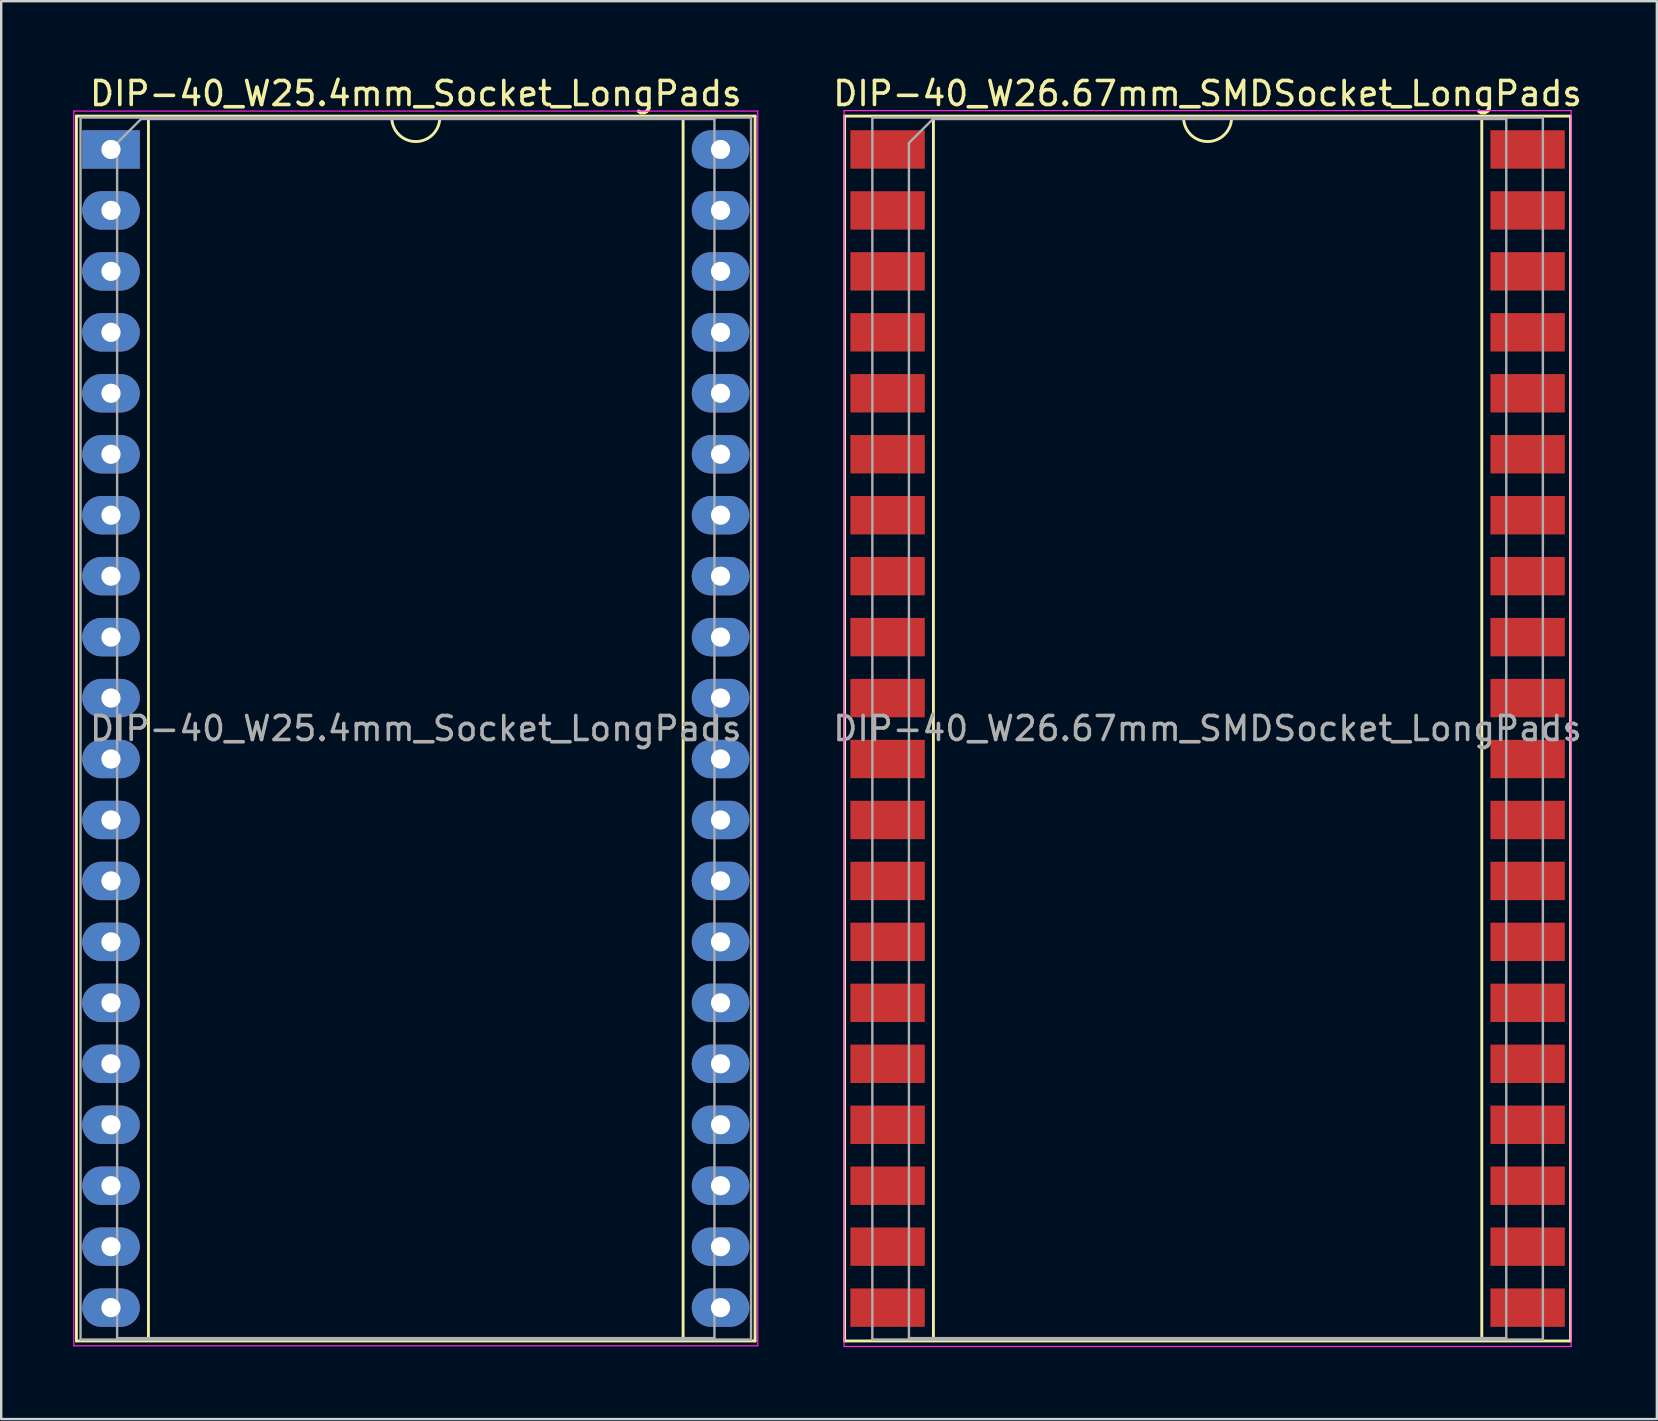
<source format=kicad_pcb>
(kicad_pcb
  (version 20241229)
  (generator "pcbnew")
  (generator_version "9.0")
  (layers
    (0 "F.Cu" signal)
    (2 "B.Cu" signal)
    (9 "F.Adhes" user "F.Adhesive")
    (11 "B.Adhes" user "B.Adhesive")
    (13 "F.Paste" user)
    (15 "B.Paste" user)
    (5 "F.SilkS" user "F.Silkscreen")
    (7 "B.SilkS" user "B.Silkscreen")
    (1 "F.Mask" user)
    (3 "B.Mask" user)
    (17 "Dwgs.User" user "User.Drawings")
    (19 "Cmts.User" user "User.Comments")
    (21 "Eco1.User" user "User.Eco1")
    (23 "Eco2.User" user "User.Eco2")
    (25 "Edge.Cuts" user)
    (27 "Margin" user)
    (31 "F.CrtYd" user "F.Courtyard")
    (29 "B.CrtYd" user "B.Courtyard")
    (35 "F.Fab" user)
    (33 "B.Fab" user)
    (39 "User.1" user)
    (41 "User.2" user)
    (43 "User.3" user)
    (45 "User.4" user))
  (footprint "DIP-40_W26.67mm_SMDSocket_LongPads"
    (layer "F.Cu")
    (at 47.27 27.308)
    (property "Reference" "DIP-40_W26.67mm_SMDSocket_LongPads" (at 0 -26.46 0) (layer "F.SilkS") (effects (font (size 1 1) (thickness 0.15))))
    (attr smd)
    (fp_line (start -15.125 -25.52) (end -15.125 25.52) (stroke (width 0.12) (type solid)) (layer "F.SilkS"))
    (fp_line (start -15.125 25.52) (end 15.125 25.52) (stroke (width 0.12) (type solid)) (layer "F.SilkS"))
    (fp_line (start -11.425 -25.46) (end -11.425 25.46) (stroke (width 0.12) (type solid)) (layer "F.SilkS"))
    (fp_line (start -11.425 25.46) (end 11.425 25.46) (stroke (width 0.12) (type solid)) (layer "F.SilkS"))
    (fp_line (start -1 -25.46) (end -11.425 -25.46) (stroke (width 0.12) (type solid)) (layer "F.SilkS"))
    (fp_line (start 11.425 -25.46) (end 1 -25.46) (stroke (width 0.12) (type solid)) (layer "F.SilkS"))
    (fp_line (start 11.425 25.46) (end 11.425 -25.46) (stroke (width 0.12) (type solid)) (layer "F.SilkS"))
    (fp_line (start 15.125 -25.52) (end -15.125 -25.52) (stroke (width 0.12) (type solid)) (layer "F.SilkS"))
    (fp_line (start 15.125 25.52) (end 15.125 -25.52) (stroke (width 0.12) (type solid)) (layer "F.SilkS"))
    (fp_arc (start 1 -25.46) (mid 0 -24.46) (end -1 -25.46) (stroke (width 0.12) (type solid)) (layer "F.SilkS"))
    (fp_line (start -15.15 -25.75) (end -15.15 25.75) (stroke (width 0.05) (type solid)) (layer "F.CrtYd"))
    (fp_line (start -15.15 25.75) (end 15.15 25.75) (stroke (width 0.05) (type solid)) (layer "F.CrtYd"))
    (fp_line (start 15.15 -25.75) (end -15.15 -25.75) (stroke (width 0.05) (type solid)) (layer "F.CrtYd"))
    (fp_line (start 15.15 25.75) (end 15.15 -25.75) (stroke (width 0.05) (type solid)) (layer "F.CrtYd"))
    (fp_line (start -13.97 -25.46) (end -13.97 25.46) (stroke (width 0.1) (type solid)) (layer "F.Fab"))
    (fp_line (start -13.97 25.46) (end 13.97 25.46) (stroke (width 0.1) (type solid)) (layer "F.Fab"))
    (fp_line (start -12.445 -24.4) (end -11.445 -25.4) (stroke (width 0.1) (type solid)) (layer "F.Fab"))
    (fp_line (start -12.445 25.4) (end -12.445 -24.4) (stroke (width 0.1) (type solid)) (layer "F.Fab"))
    (fp_line (start -11.445 -25.4) (end 12.445 -25.4) (stroke (width 0.1) (type solid)) (layer "F.Fab"))
    (fp_line (start 12.445 -25.4) (end 12.445 25.4) (stroke (width 0.1) (type solid)) (layer "F.Fab"))
    (fp_line (start 12.445 25.4) (end -12.445 25.4) (stroke (width 0.1) (type solid)) (layer "F.Fab"))
    (fp_line (start 13.97 -25.46) (end -13.97 -25.46) (stroke (width 0.1) (type solid)) (layer "F.Fab"))
    (fp_line (start 13.97 25.46) (end 13.97 -25.46) (stroke (width 0.1) (type solid)) (layer "F.Fab"))
    (fp_text user "${REFERENCE}" (at 0 0 0) (layer "F.Fab") (effects (font (size 1 1) (thickness 0.15))))
    (pad "1" smd rect (at -13.335 -24.13) (size 3.1 1.6) (layers "F.Cu" "F.Mask" "F.Paste"))
    (pad "2" smd rect (at -13.335 -21.59) (size 3.1 1.6) (layers "F.Cu" "F.Mask" "F.Paste"))
    (pad "3" smd rect (at -13.335 -19.05) (size 3.1 1.6) (layers "F.Cu" "F.Mask" "F.Paste"))
    (pad "4" smd rect (at -13.335 -16.51) (size 3.1 1.6) (layers "F.Cu" "F.Mask" "F.Paste"))
    (pad "5" smd rect (at -13.335 -13.97) (size 3.1 1.6) (layers "F.Cu" "F.Mask" "F.Paste"))
    (pad "6" smd rect (at -13.335 -11.43) (size 3.1 1.6) (layers "F.Cu" "F.Mask" "F.Paste"))
    (pad "7" smd rect (at -13.335 -8.89) (size 3.1 1.6) (layers "F.Cu" "F.Mask" "F.Paste"))
    (pad "8" smd rect (at -13.335 -6.35) (size 3.1 1.6) (layers "F.Cu" "F.Mask" "F.Paste"))
    (pad "9" smd rect (at -13.335 -3.81) (size 3.1 1.6) (layers "F.Cu" "F.Mask" "F.Paste"))
    (pad "10" smd rect (at -13.335 -1.27) (size 3.1 1.6) (layers "F.Cu" "F.Mask" "F.Paste"))
    (pad "11" smd rect (at -13.335 1.27) (size 3.1 1.6) (layers "F.Cu" "F.Mask" "F.Paste"))
    (pad "12" smd rect (at -13.335 3.81) (size 3.1 1.6) (layers "F.Cu" "F.Mask" "F.Paste"))
    (pad "13" smd rect (at -13.335 6.35) (size 3.1 1.6) (layers "F.Cu" "F.Mask" "F.Paste"))
    (pad "14" smd rect (at -13.335 8.89) (size 3.1 1.6) (layers "F.Cu" "F.Mask" "F.Paste"))
    (pad "15" smd rect (at -13.335 11.43) (size 3.1 1.6) (layers "F.Cu" "F.Mask" "F.Paste"))
    (pad "16" smd rect (at -13.335 13.97) (size 3.1 1.6) (layers "F.Cu" "F.Mask" "F.Paste"))
    (pad "17" smd rect (at -13.335 16.51) (size 3.1 1.6) (layers "F.Cu" "F.Mask" "F.Paste"))
    (pad "18" smd rect (at -13.335 19.05) (size 3.1 1.6) (layers "F.Cu" "F.Mask" "F.Paste"))
    (pad "19" smd rect (at -13.335 21.59) (size 3.1 1.6) (layers "F.Cu" "F.Mask" "F.Paste"))
    (pad "20" smd rect (at -13.335 24.13) (size 3.1 1.6) (layers "F.Cu" "F.Mask" "F.Paste"))
    (pad "21" smd rect (at 13.335 24.13) (size 3.1 1.6) (layers "F.Cu" "F.Mask" "F.Paste"))
    (pad "22" smd rect (at 13.335 21.59) (size 3.1 1.6) (layers "F.Cu" "F.Mask" "F.Paste"))
    (pad "23" smd rect (at 13.335 19.05) (size 3.1 1.6) (layers "F.Cu" "F.Mask" "F.Paste"))
    (pad "24" smd rect (at 13.335 16.51) (size 3.1 1.6) (layers "F.Cu" "F.Mask" "F.Paste"))
    (pad "25" smd rect (at 13.335 13.97) (size 3.1 1.6) (layers "F.Cu" "F.Mask" "F.Paste"))
    (pad "26" smd rect (at 13.335 11.43) (size 3.1 1.6) (layers "F.Cu" "F.Mask" "F.Paste"))
    (pad "27" smd rect (at 13.335 8.89) (size 3.1 1.6) (layers "F.Cu" "F.Mask" "F.Paste"))
    (pad "28" smd rect (at 13.335 6.35) (size 3.1 1.6) (layers "F.Cu" "F.Mask" "F.Paste"))
    (pad "29" smd rect (at 13.335 3.81) (size 3.1 1.6) (layers "F.Cu" "F.Mask" "F.Paste"))
    (pad "30" smd rect (at 13.335 1.27) (size 3.1 1.6) (layers "F.Cu" "F.Mask" "F.Paste"))
    (pad "31" smd rect (at 13.335 -1.27) (size 3.1 1.6) (layers "F.Cu" "F.Mask" "F.Paste"))
    (pad "32" smd rect (at 13.335 -3.81) (size 3.1 1.6) (layers "F.Cu" "F.Mask" "F.Paste"))
    (pad "33" smd rect (at 13.335 -6.35) (size 3.1 1.6) (layers "F.Cu" "F.Mask" "F.Paste"))
    (pad "34" smd rect (at 13.335 -8.89) (size 3.1 1.6) (layers "F.Cu" "F.Mask" "F.Paste"))
    (pad "35" smd rect (at 13.335 -11.43) (size 3.1 1.6) (layers "F.Cu" "F.Mask" "F.Paste"))
    (pad "36" smd rect (at 13.335 -13.97) (size 3.1 1.6) (layers "F.Cu" "F.Mask" "F.Paste"))
    (pad "37" smd rect (at 13.335 -16.51) (size 3.1 1.6) (layers "F.Cu" "F.Mask" "F.Paste"))
    (pad "38" smd rect (at 13.335 -19.05) (size 3.1 1.6) (layers "F.Cu" "F.Mask" "F.Paste"))
    (pad "39" smd rect (at 13.335 -21.59) (size 3.1 1.6) (layers "F.Cu" "F.Mask" "F.Paste"))
    (pad "40" smd rect (at 13.335 -24.13) (size 3.1 1.6) (layers "F.Cu" "F.Mask" "F.Paste")))
  (footprint "DIP-40_W25.4mm_Socket_LongPads"
    (layer "F.Cu")
    (at 1.575 3.178)
    (property "Reference" "DIP-40_W25.4mm_Socket_LongPads" (at 12.7 -2.33 0) (layer "F.SilkS") (effects (font (size 1 1) (thickness 0.15))))
    (attr through_hole)
    (fp_line (start -1.44 -1.39) (end -1.44 49.65) (stroke (width 0.12) (type solid)) (layer "F.SilkS"))
    (fp_line (start -1.44 49.65) (end 26.84 49.65) (stroke (width 0.12) (type solid)) (layer "F.SilkS"))
    (fp_line (start 1.56 -1.33) (end 1.56 49.59) (stroke (width 0.12) (type solid)) (layer "F.SilkS"))
    (fp_line (start 1.56 49.59) (end 23.84 49.59) (stroke (width 0.12) (type solid)) (layer "F.SilkS"))
    (fp_line (start 11.7 -1.33) (end 1.56 -1.33) (stroke (width 0.12) (type solid)) (layer "F.SilkS"))
    (fp_line (start 23.84 -1.33) (end 13.7 -1.33) (stroke (width 0.12) (type solid)) (layer "F.SilkS"))
    (fp_line (start 23.84 49.59) (end 23.84 -1.33) (stroke (width 0.12) (type solid)) (layer "F.SilkS"))
    (fp_line (start 26.84 -1.39) (end -1.44 -1.39) (stroke (width 0.12) (type solid)) (layer "F.SilkS"))
    (fp_line (start 26.84 49.65) (end 26.84 -1.39) (stroke (width 0.12) (type solid)) (layer "F.SilkS"))
    (fp_arc (start 13.7 -1.33) (mid 12.7 -0.33) (end 11.7 -1.33) (stroke (width 0.12) (type solid)) (layer "F.SilkS"))
    (fp_line (start -1.55 -1.6) (end -1.55 49.85) (stroke (width 0.05) (type solid)) (layer "F.CrtYd"))
    (fp_line (start -1.55 49.85) (end 26.95 49.85) (stroke (width 0.05) (type solid)) (layer "F.CrtYd"))
    (fp_line (start 26.95 -1.6) (end -1.55 -1.6) (stroke (width 0.05) (type solid)) (layer "F.CrtYd"))
    (fp_line (start 26.95 49.85) (end 26.95 -1.6) (stroke (width 0.05) (type solid)) (layer "F.CrtYd"))
    (fp_line (start -1.27 -1.33) (end -1.27 49.59) (stroke (width 0.1) (type solid)) (layer "F.Fab"))
    (fp_line (start -1.27 49.59) (end 26.67 49.59) (stroke (width 0.1) (type solid)) (layer "F.Fab"))
    (fp_line (start 0.255 -0.27) (end 1.255 -1.27) (stroke (width 0.1) (type solid)) (layer "F.Fab"))
    (fp_line (start 0.255 49.53) (end 0.255 -0.27) (stroke (width 0.1) (type solid)) (layer "F.Fab"))
    (fp_line (start 1.255 -1.27) (end 25.145 -1.27) (stroke (width 0.1) (type solid)) (layer "F.Fab"))
    (fp_line (start 25.145 -1.27) (end 25.145 49.53) (stroke (width 0.1) (type solid)) (layer "F.Fab"))
    (fp_line (start 25.145 49.53) (end 0.255 49.53) (stroke (width 0.1) (type solid)) (layer "F.Fab"))
    (fp_line (start 26.67 -1.33) (end -1.27 -1.33) (stroke (width 0.1) (type solid)) (layer "F.Fab"))
    (fp_line (start 26.67 49.59) (end 26.67 -1.33) (stroke (width 0.1) (type solid)) (layer "F.Fab"))
    (fp_text user "${REFERENCE}" (at 12.7 24.13 0) (layer "F.Fab") (effects (font (size 1 1) (thickness 0.15))))
    (pad "1" thru_hole rect (at 0 0) (size 2.4 1.6) (drill 0.8) (layers "*.Cu" "*.Mask"))
    (pad "2" thru_hole oval (at 0 2.54) (size 2.4 1.6) (drill 0.8) (layers "*.Cu" "*.Mask"))
    (pad "3" thru_hole oval (at 0 5.08) (size 2.4 1.6) (drill 0.8) (layers "*.Cu" "*.Mask"))
    (pad "4" thru_hole oval (at 0 7.62) (size 2.4 1.6) (drill 0.8) (layers "*.Cu" "*.Mask"))
    (pad "5" thru_hole oval (at 0 10.16) (size 2.4 1.6) (drill 0.8) (layers "*.Cu" "*.Mask"))
    (pad "6" thru_hole oval (at 0 12.7) (size 2.4 1.6) (drill 0.8) (layers "*.Cu" "*.Mask"))
    (pad "7" thru_hole oval (at 0 15.24) (size 2.4 1.6) (drill 0.8) (layers "*.Cu" "*.Mask"))
    (pad "8" thru_hole oval (at 0 17.78) (size 2.4 1.6) (drill 0.8) (layers "*.Cu" "*.Mask"))
    (pad "9" thru_hole oval (at 0 20.32) (size 2.4 1.6) (drill 0.8) (layers "*.Cu" "*.Mask"))
    (pad "10" thru_hole oval (at 0 22.86) (size 2.4 1.6) (drill 0.8) (layers "*.Cu" "*.Mask"))
    (pad "11" thru_hole oval (at 0 25.4) (size 2.4 1.6) (drill 0.8) (layers "*.Cu" "*.Mask"))
    (pad "12" thru_hole oval (at 0 27.94) (size 2.4 1.6) (drill 0.8) (layers "*.Cu" "*.Mask"))
    (pad "13" thru_hole oval (at 0 30.48) (size 2.4 1.6) (drill 0.8) (layers "*.Cu" "*.Mask"))
    (pad "14" thru_hole oval (at 0 33.02) (size 2.4 1.6) (drill 0.8) (layers "*.Cu" "*.Mask"))
    (pad "15" thru_hole oval (at 0 35.56) (size 2.4 1.6) (drill 0.8) (layers "*.Cu" "*.Mask"))
    (pad "16" thru_hole oval (at 0 38.1) (size 2.4 1.6) (drill 0.8) (layers "*.Cu" "*.Mask"))
    (pad "17" thru_hole oval (at 0 40.64) (size 2.4 1.6) (drill 0.8) (layers "*.Cu" "*.Mask"))
    (pad "18" thru_hole oval (at 0 43.18) (size 2.4 1.6) (drill 0.8) (layers "*.Cu" "*.Mask"))
    (pad "19" thru_hole oval (at 0 45.72) (size 2.4 1.6) (drill 0.8) (layers "*.Cu" "*.Mask"))
    (pad "20" thru_hole oval (at 0 48.26) (size 2.4 1.6) (drill 0.8) (layers "*.Cu" "*.Mask"))
    (pad "21" thru_hole oval (at 25.4 48.26) (size 2.4 1.6) (drill 0.8) (layers "*.Cu" "*.Mask"))
    (pad "22" thru_hole oval (at 25.4 45.72) (size 2.4 1.6) (drill 0.8) (layers "*.Cu" "*.Mask"))
    (pad "23" thru_hole oval (at 25.4 43.18) (size 2.4 1.6) (drill 0.8) (layers "*.Cu" "*.Mask"))
    (pad "24" thru_hole oval (at 25.4 40.64) (size 2.4 1.6) (drill 0.8) (layers "*.Cu" "*.Mask"))
    (pad "25" thru_hole oval (at 25.4 38.1) (size 2.4 1.6) (drill 0.8) (layers "*.Cu" "*.Mask"))
    (pad "26" thru_hole oval (at 25.4 35.56) (size 2.4 1.6) (drill 0.8) (layers "*.Cu" "*.Mask"))
    (pad "27" thru_hole oval (at 25.4 33.02) (size 2.4 1.6) (drill 0.8) (layers "*.Cu" "*.Mask"))
    (pad "28" thru_hole oval (at 25.4 30.48) (size 2.4 1.6) (drill 0.8) (layers "*.Cu" "*.Mask"))
    (pad "29" thru_hole oval (at 25.4 27.94) (size 2.4 1.6) (drill 0.8) (layers "*.Cu" "*.Mask"))
    (pad "30" thru_hole oval (at 25.4 25.4) (size 2.4 1.6) (drill 0.8) (layers "*.Cu" "*.Mask"))
    (pad "31" thru_hole oval (at 25.4 22.86) (size 2.4 1.6) (drill 0.8) (layers "*.Cu" "*.Mask"))
    (pad "32" thru_hole oval (at 25.4 20.32) (size 2.4 1.6) (drill 0.8) (layers "*.Cu" "*.Mask"))
    (pad "33" thru_hole oval (at 25.4 17.78) (size 2.4 1.6) (drill 0.8) (layers "*.Cu" "*.Mask"))
    (pad "34" thru_hole oval (at 25.4 15.24) (size 2.4 1.6) (drill 0.8) (layers "*.Cu" "*.Mask"))
    (pad "35" thru_hole oval (at 25.4 12.7) (size 2.4 1.6) (drill 0.8) (layers "*.Cu" "*.Mask"))
    (pad "36" thru_hole oval (at 25.4 10.16) (size 2.4 1.6) (drill 0.8) (layers "*.Cu" "*.Mask"))
    (pad "37" thru_hole oval (at 25.4 7.62) (size 2.4 1.6) (drill 0.8) (layers "*.Cu" "*.Mask"))
    (pad "38" thru_hole oval (at 25.4 5.08) (size 2.4 1.6) (drill 0.8) (layers "*.Cu" "*.Mask"))
    (pad "39" thru_hole oval (at 25.4 2.54) (size 2.4 1.6) (drill 0.8) (layers "*.Cu" "*.Mask"))
    (pad "40" thru_hole oval (at 25.4 0) (size 2.4 1.6) (drill 0.8) (layers "*.Cu" "*.Mask")))
  (gr_rect
    (start -3 -3)
    (end 65.99 56.083)
    (stroke (width 0.1) (type default))
    (fill no)
    (layer "Edge.Cuts")))
</source>
